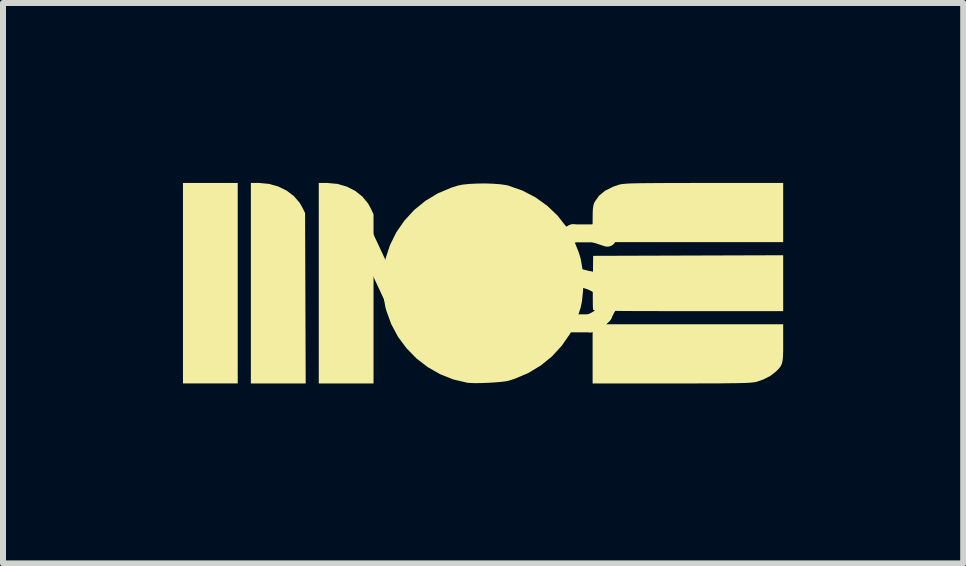
<source format=kicad_pcb>
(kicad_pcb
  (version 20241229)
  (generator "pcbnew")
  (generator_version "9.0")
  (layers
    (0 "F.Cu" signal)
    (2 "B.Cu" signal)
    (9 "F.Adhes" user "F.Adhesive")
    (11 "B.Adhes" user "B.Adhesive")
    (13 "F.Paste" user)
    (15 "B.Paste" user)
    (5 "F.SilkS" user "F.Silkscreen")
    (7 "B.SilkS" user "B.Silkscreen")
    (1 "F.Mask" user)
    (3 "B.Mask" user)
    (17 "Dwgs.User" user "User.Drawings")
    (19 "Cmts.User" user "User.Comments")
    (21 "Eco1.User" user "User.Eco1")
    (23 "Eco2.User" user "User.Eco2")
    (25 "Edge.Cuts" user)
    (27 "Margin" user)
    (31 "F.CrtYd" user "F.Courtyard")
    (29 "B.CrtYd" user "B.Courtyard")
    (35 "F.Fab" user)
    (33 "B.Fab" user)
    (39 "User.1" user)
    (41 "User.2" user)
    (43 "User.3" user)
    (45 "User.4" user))
  (footprint "MOS"
    (layer "F.Cu")
    (at 5.003 1.662)
    (property "Reference" "MOS" (at 0 0 0) (layer "F.SilkS") (effects (font (size 1.5 1.5) (thickness 0.3))))
    (attr board_only exclude_from_pos_files exclude_from_bom)
    (fp_poly (pts (xy -4.09 0.009) (xy -4.09 1.68) (xy -4.547 1.68) (xy -5.003 1.68) (xy -5.003 0.009) (xy -5.003 -1.662) (xy -4.547 -1.662) (xy -4.09 -1.662)) (stroke (width 0) (type solid)) (fill yes) (layer "F.SilkS"))
    (fp_poly (pts (xy -3.567 -1.646) (xy -3.414 -1.603) (xy -3.274 -1.534) (xy -3.154 -1.443) (xy -3.059 -1.333) (xy -3.018 -1.263) (xy -2.967 -1.16) (xy -2.962 0.26) (xy -2.957 1.68) (xy -3.414 1.68) (xy -3.871 1.68) (xy -3.871 0.009) (xy -3.871 -1.662) (xy -3.728 -1.662)) (stroke (width 0) (type solid)) (fill yes) (layer "F.SilkS"))
    (fp_poly (pts (xy -2.427 -1.646) (xy -2.272 -1.601) (xy -2.131 -1.53) (xy -2.011 -1.434) (xy -1.916 -1.318) (xy -1.879 -1.251) (xy -1.826 -1.141) (xy -1.826 0.269) (xy -1.826 1.68) (xy -2.283 1.68) (xy -2.739 1.68) (xy -2.739 0.009) (xy -2.739 -1.662) (xy -2.594 -1.662)) (stroke (width 0) (type solid)) (fill yes) (layer "F.SilkS"))
    (fp_poly (pts (xy 5.003 0.009) (xy 5.003 0.475) (xy 3.423 0.475) (xy 3.137 0.475) (xy 2.885 0.474) (xy 2.665 0.474) (xy 2.477 0.473) (xy 2.317 0.472) (xy 2.183 0.47) (xy 2.075 0.469) (xy 1.989 0.466) (xy 1.925 0.464) (xy 1.879 0.461) (xy 1.85 0.457) (xy 1.836 0.453) (xy 1.834 0.452) (xy 1.832 0.427) (xy 1.83 0.372) (xy 1.829 0.291) (xy 1.829 0.189) (xy 1.829 0.073) (xy 1.83 -0.009) (xy 1.835 -0.447) (xy 3.419 -0.452) (xy 5.003 -0.457)) (stroke (width 0) (type solid)) (fill yes) (layer "F.SilkS"))
    (fp_poly (pts (xy 5.003 -1.169) (xy 5.003 -0.676) (xy 3.415 -0.676) (xy 1.826 -0.676) (xy 1.826 -0.978) (xy 1.827 -1.093) (xy 1.828 -1.179) (xy 1.832 -1.241) (xy 1.839 -1.286) (xy 1.849 -1.32) (xy 1.861 -1.347) (xy 1.933 -1.449) (xy 2.035 -1.533) (xy 2.169 -1.6) (xy 2.263 -1.632) (xy 2.286 -1.638) (xy 2.314 -1.643) (xy 2.35 -1.647) (xy 2.398 -1.651) (xy 2.459 -1.654) (xy 2.537 -1.656) (xy 2.633 -1.658) (xy 2.751 -1.659) (xy 2.892 -1.66) (xy 3.061 -1.661) (xy 3.259 -1.661) (xy 3.489 -1.662) (xy 3.683 -1.662) (xy 5.003 -1.662)) (stroke (width 0) (type solid)) (fill yes) (layer "F.SilkS"))
    (fp_poly (pts (xy 5.003 1.005) (xy 5.003 1.13) (xy 5 1.224) (xy 4.994 1.295) (xy 4.982 1.348) (xy 4.963 1.39) (xy 4.935 1.428) (xy 4.897 1.467) (xy 4.882 1.482) (xy 4.788 1.555) (xy 4.674 1.613) (xy 4.566 1.651) (xy 4.544 1.656) (xy 4.516 1.661) (xy 4.479 1.665) (xy 4.431 1.669) (xy 4.37 1.672) (xy 4.293 1.674) (xy 4.196 1.676) (xy 4.079 1.677) (xy 3.937 1.679) (xy 3.768 1.679) (xy 3.57 1.68) (xy 3.341 1.68) (xy 3.147 1.68) (xy 1.826 1.68) (xy 1.826 1.187) (xy 1.826 0.694) (xy 3.415 0.694) (xy 5.003 0.694)) (stroke (width 0) (type solid)) (fill yes) (layer "F.SilkS"))
    (fp_poly (pts (xy 0.171 -1.649) (xy 0.291 -1.64) (xy 0.388 -1.626) (xy 0.42 -1.618) (xy 0.657 -1.535) (xy 0.875 -1.421) (xy 1.071 -1.28) (xy 1.244 -1.115) (xy 1.392 -0.926) (xy 1.511 -0.716) (xy 1.601 -0.489) (xy 1.629 -0.389) (xy 1.657 -0.228) (xy 1.67 -0.048) (xy 1.667 0.137) (xy 1.648 0.312) (xy 1.628 0.411) (xy 1.553 0.643) (xy 1.446 0.858) (xy 1.31 1.054) (xy 1.148 1.23) (xy 0.962 1.381) (xy 0.754 1.506) (xy 0.526 1.603) (xy 0.421 1.636) (xy 0.366 1.646) (xy 0.283 1.656) (xy 0.181 1.664) (xy 0.071 1.67) (xy -0.038 1.674) (xy -0.138 1.675) (xy -0.22 1.672) (xy -0.265 1.668) (xy -0.498 1.613) (xy -0.719 1.525) (xy -0.924 1.407) (xy -1.111 1.263) (xy -1.276 1.094) (xy -1.417 0.904) (xy -1.53 0.694) (xy -1.612 0.469) (xy -1.628 0.411) (xy -1.657 0.244) (xy -1.67 0.06) (xy -1.666 -0.129) (xy -1.646 -0.307) (xy -1.628 -0.393) (xy -1.553 -0.624) (xy -1.446 -0.84) (xy -1.31 -1.036) (xy -1.148 -1.212) (xy -0.962 -1.363) (xy -0.754 -1.489) (xy -0.526 -1.585) (xy -0.42 -1.618) (xy -0.335 -1.635) (xy -0.224 -1.646) (xy -0.096 -1.652) (xy 0.039 -1.654)) (stroke (width 0) (type solid)) (fill yes) (layer "F.SilkS")))
  (gr_rect
    (start -3 -3)
    (end 13.007 6.342)
    (stroke (width 0.1) (type default))
    (fill no)
    (layer "Edge.Cuts")))
</source>
